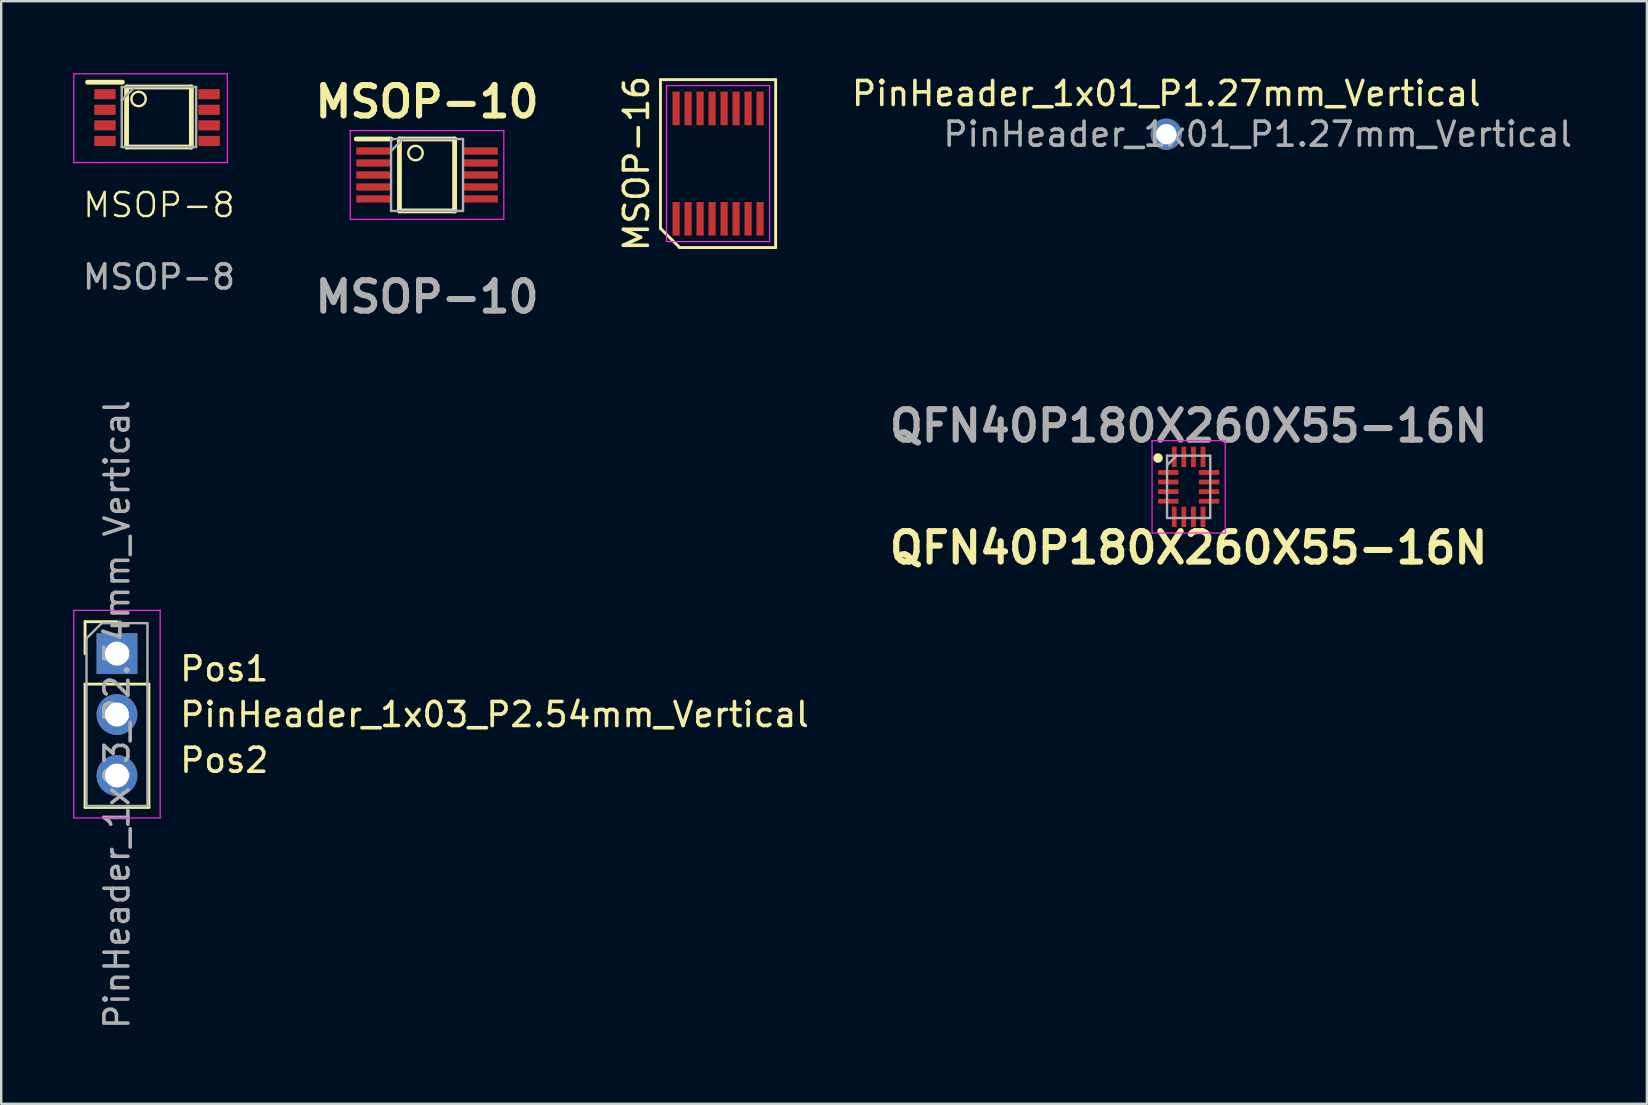
<source format=kicad_pcb>
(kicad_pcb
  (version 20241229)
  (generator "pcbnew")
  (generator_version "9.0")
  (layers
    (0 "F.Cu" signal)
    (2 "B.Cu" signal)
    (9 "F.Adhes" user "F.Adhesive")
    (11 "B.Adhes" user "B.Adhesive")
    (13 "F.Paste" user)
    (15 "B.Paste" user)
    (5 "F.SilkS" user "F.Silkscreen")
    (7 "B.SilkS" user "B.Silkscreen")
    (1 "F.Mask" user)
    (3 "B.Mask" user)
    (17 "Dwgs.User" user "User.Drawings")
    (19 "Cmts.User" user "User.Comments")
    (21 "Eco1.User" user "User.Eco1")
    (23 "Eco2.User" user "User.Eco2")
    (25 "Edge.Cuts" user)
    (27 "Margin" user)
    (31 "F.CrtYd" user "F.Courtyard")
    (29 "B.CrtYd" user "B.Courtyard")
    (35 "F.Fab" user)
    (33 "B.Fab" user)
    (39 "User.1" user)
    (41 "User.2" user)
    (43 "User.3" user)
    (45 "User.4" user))
  (footprint "QFN40P180X260X55-16N"
    (layer "F.Cu")
    (at 46.487 17.239)
    (property "Reference" "QFN40P180X260X55-16N" (at 0 2.54 0) (layer "F.SilkS") (effects (font (size 1.27 1.27) (thickness 0.254))))
    (attr smd)
    (fp_circle (center -1.275 -1.2) (end -1.275 -1.1) (stroke (width 0.2) (type solid)) (fill no) (layer "F.SilkS"))
    (fp_line (start -1.525 -1.925) (end 1.525 -1.925) (stroke (width 0.05) (type solid)) (layer "F.CrtYd"))
    (fp_line (start -1.525 1.925) (end -1.525 -1.925) (stroke (width 0.05) (type solid)) (layer "F.CrtYd"))
    (fp_line (start 1.525 -1.925) (end 1.525 1.925) (stroke (width 0.05) (type solid)) (layer "F.CrtYd"))
    (fp_line (start 1.525 1.925) (end -1.525 1.925) (stroke (width 0.05) (type solid)) (layer "F.CrtYd"))
    (fp_line (start -0.9 -1.3) (end 0.9 -1.3) (stroke (width 0.1) (type solid)) (layer "F.Fab"))
    (fp_line (start -0.9 -0.9) (end -0.5 -1.3) (stroke (width 0.1) (type solid)) (layer "F.Fab"))
    (fp_line (start -0.9 1.3) (end -0.9 -1.3) (stroke (width 0.1) (type solid)) (layer "F.Fab"))
    (fp_line (start 0.9 -1.3) (end 0.9 1.3) (stroke (width 0.1) (type solid)) (layer "F.Fab"))
    (fp_line (start 0.9 1.3) (end -0.9 1.3) (stroke (width 0.1) (type solid)) (layer "F.Fab"))
    (fp_text user "${REFERENCE}" (at 0 -2.54 0) (layer "F.Fab") (effects (font (size 1.27 1.27) (thickness 0.254))))
    (pad "1" smd rect (at -0.85 -0.6 90) (size 0.2 0.85) (layers "F.Cu" "F.Mask" "F.Paste"))
    (pad "2" smd rect (at -0.85 -0.2 90) (size 0.2 0.85) (layers "F.Cu" "F.Mask" "F.Paste"))
    (pad "3" smd rect (at -0.85 0.2 90) (size 0.2 0.85) (layers "F.Cu" "F.Mask" "F.Paste"))
    (pad "4" smd rect (at -0.85 0.6 90) (size 0.2 0.85) (layers "F.Cu" "F.Mask" "F.Paste"))
    (pad "5" smd rect (at -0.6 1.25) (size 0.2 0.85) (layers "F.Cu" "F.Mask" "F.Paste"))
    (pad "6" smd rect (at -0.2 1.25) (size 0.2 0.85) (layers "F.Cu" "F.Mask" "F.Paste"))
    (pad "7" smd rect (at 0.2 1.25) (size 0.2 0.85) (layers "F.Cu" "F.Mask" "F.Paste"))
    (pad "8" smd rect (at 0.6 1.25) (size 0.2 0.85) (layers "F.Cu" "F.Mask" "F.Paste"))
    (pad "9" smd rect (at 0.85 0.6 90) (size 0.2 0.85) (layers "F.Cu" "F.Mask" "F.Paste"))
    (pad "10" smd rect (at 0.85 0.2 90) (size 0.2 0.85) (layers "F.Cu" "F.Mask" "F.Paste"))
    (pad "11" smd rect (at 0.85 -0.2 90) (size 0.2 0.85) (layers "F.Cu" "F.Mask" "F.Paste"))
    (pad "12" smd rect (at 0.85 -0.6 90) (size 0.2 0.85) (layers "F.Cu" "F.Mask" "F.Paste"))
    (pad "13" smd rect (at 0.6 -1.25) (size 0.2 0.85) (layers "F.Cu" "F.Mask" "F.Paste"))
    (pad "14" smd rect (at 0.2 -1.25) (size 0.2 0.85) (layers "F.Cu" "F.Mask" "F.Paste"))
    (pad "15" smd rect (at -0.2 -1.25) (size 0.2 0.85) (layers "F.Cu" "F.Mask" "F.Paste"))
    (pad "16" smd rect (at -0.6 -1.25) (size 0.2 0.85) (layers "F.Cu" "F.Mask" "F.Paste")))
  (footprint "PinHeader_1x01_P1.27mm_Vertical"
    (layer "F.Cu")
    (at 45.556 2.543)
    (property "Reference" "PinHeader_1x01_P1.27mm_Vertical" (at 0 -1.695 0) (layer "F.SilkS") (effects (font (size 1 1) (thickness 0.15))))
    (attr through_hole)
    (fp_text user "${REFERENCE}" (at 3.81 0 180) (layer "F.Fab") (effects (font (size 1 1) (thickness 0.15))))
    (pad "1" thru_hole circle (at 0 0) (size 1.3 1.3) (drill 0.85) (layers "*.Cu" "*.Mask")))
  (footprint "PinHeader_1x03_P2.54mm_Vertical"
    (layer "F.Cu")
    (at 1.825 24.19)
    (property "Reference" "PinHeader_1x03_P2.54mm_Vertical" (at 2.54 2.54 0) (layer "F.SilkS") (effects (font (size 1 1) (thickness 0.15)) (justify left)))
    (attr through_hole)
    (fp_line (start -1.33 -1.33) (end 0 -1.33) (stroke (width 0.12) (type solid)) (layer "F.SilkS"))
    (fp_line (start -1.33 0) (end -1.33 -1.33) (stroke (width 0.12) (type solid)) (layer "F.SilkS"))
    (fp_line (start -1.33 1.27) (end -1.33 6.41) (stroke (width 0.12) (type solid)) (layer "F.SilkS"))
    (fp_line (start -1.33 1.27) (end 1.33 1.27) (stroke (width 0.12) (type solid)) (layer "F.SilkS"))
    (fp_line (start -1.33 6.41) (end 1.33 6.41) (stroke (width 0.12) (type solid)) (layer "F.SilkS"))
    (fp_line (start 1.33 1.27) (end 1.33 6.41) (stroke (width 0.12) (type solid)) (layer "F.SilkS"))
    (fp_line (start -1.8 -1.8) (end -1.8 6.85) (stroke (width 0.05) (type solid)) (layer "F.CrtYd"))
    (fp_line (start -1.8 6.85) (end 1.8 6.85) (stroke (width 0.05) (type solid)) (layer "F.CrtYd"))
    (fp_line (start 1.8 -1.8) (end -1.8 -1.8) (stroke (width 0.05) (type solid)) (layer "F.CrtYd"))
    (fp_line (start 1.8 6.85) (end 1.8 -1.8) (stroke (width 0.05) (type solid)) (layer "F.CrtYd"))
    (fp_line (start -1.27 -0.635) (end -0.635 -1.27) (stroke (width 0.1) (type solid)) (layer "F.Fab"))
    (fp_line (start -1.27 6.35) (end -1.27 -0.635) (stroke (width 0.1) (type solid)) (layer "F.Fab"))
    (fp_line (start -0.635 -1.27) (end 1.27 -1.27) (stroke (width 0.1) (type solid)) (layer "F.Fab"))
    (fp_line (start 1.27 -1.27) (end 1.27 6.35) (stroke (width 0.1) (type solid)) (layer "F.Fab"))
    (fp_line (start 1.27 6.35) (end -1.27 6.35) (stroke (width 0.1) (type solid)) (layer "F.Fab"))
    (fp_text user "Pos1" (at 2.54 0.635 0) (layer "F.SilkS") (effects (font (size 1 1) (thickness 0.15)) (justify left)))
    (fp_text user "Pos2" (at 2.54 4.445 0) (layer "F.SilkS") (effects (font (size 1 1) (thickness 0.15)) (justify left)))
    (fp_text user "${REFERENCE}" (at 0 2.54 90) (layer "F.Fab") (effects (font (size 1 1) (thickness 0.15))))
    (pad "1" thru_hole rect (at 0 0) (size 1.7 1.7) (drill 1) (layers "*.Cu" "*.Mask"))
    (pad "2" thru_hole oval (at 0 2.54) (size 1.7 1.7) (drill 1) (layers "*.Cu" "*.Mask"))
    (pad "3" thru_hole oval (at 0 5.08) (size 1.7 1.7) (drill 1) (layers "*.Cu" "*.Mask")))
  (footprint "MSOP-10"
    (layer "F.Cu")
    (at 14.747 4.242)
    (property "Reference" "MSOP-10" (at 0 -3.053 0) (layer "F.SilkS") (effects (font (size 1.27 1.27) (thickness 0.254))))
    (attr smd)
    (fp_line (start -2.95 -1.5) (end -1.5 -1.5) (stroke (width 0.2) (type solid)) (layer "F.SilkS"))
    (fp_line (start -1.15 -1.5) (end 1.15 -1.5) (stroke (width 0.2) (type solid)) (layer "F.SilkS"))
    (fp_line (start -1.15 1.5) (end -1.15 -1.5) (stroke (width 0.2) (type solid)) (layer "F.SilkS"))
    (fp_line (start 1.15 -1.5) (end 1.15 1.5) (stroke (width 0.2) (type solid)) (layer "F.SilkS"))
    (fp_line (start 1.15 1.5) (end -1.15 1.5) (stroke (width 0.2) (type solid)) (layer "F.SilkS"))
    (fp_circle (center -0.481 -0.914) (end -0.181 -0.914) (stroke (width 0.1) (type default)) (fill no) (layer "F.SilkS"))
    (fp_line (start -3.2 -1.85) (end 3.2 -1.85) (stroke (width 0.05) (type solid)) (layer "F.CrtYd"))
    (fp_line (start -3.2 1.85) (end -3.2 -1.85) (stroke (width 0.05) (type solid)) (layer "F.CrtYd"))
    (fp_line (start 3.2 -1.85) (end 3.2 1.85) (stroke (width 0.05) (type solid)) (layer "F.CrtYd"))
    (fp_line (start 3.2 1.85) (end -3.2 1.85) (stroke (width 0.05) (type solid)) (layer "F.CrtYd"))
    (fp_line (start -1.5 -1.5) (end 1.5 -1.5) (stroke (width 0.1) (type solid)) (layer "F.Fab"))
    (fp_line (start -1.5 -1) (end -1 -1.5) (stroke (width 0.1) (type solid)) (layer "F.Fab"))
    (fp_line (start -1.5 1.5) (end -1.5 -1.5) (stroke (width 0.1) (type solid)) (layer "F.Fab"))
    (fp_line (start 1.5 -1.5) (end 1.5 1.5) (stroke (width 0.1) (type solid)) (layer "F.Fab"))
    (fp_line (start 1.5 1.5) (end -1.5 1.5) (stroke (width 0.1) (type solid)) (layer "F.Fab"))
    (fp_text user "${REFERENCE}" (at 0 5.08 0) (layer "F.Fab") (effects (font (size 1.27 1.27) (thickness 0.254))))
    (pad "1" smd rect (at -2.225 -1 90) (size 0.3 1.45) (layers "F.Cu" "F.Mask" "F.Paste"))
    (pad "2" smd rect (at -2.225 -0.5 90) (size 0.3 1.45) (layers "F.Cu" "F.Mask" "F.Paste"))
    (pad "3" smd rect (at -2.225 0 90) (size 0.3 1.45) (layers "F.Cu" "F.Mask" "F.Paste"))
    (pad "4" smd rect (at -2.225 0.5 90) (size 0.3 1.45) (layers "F.Cu" "F.Mask" "F.Paste"))
    (pad "5" smd rect (at -2.225 1 90) (size 0.3 1.45) (layers "F.Cu" "F.Mask" "F.Paste"))
    (pad "6" smd rect (at 2.225 1 90) (size 0.3 1.45) (layers "F.Cu" "F.Mask" "F.Paste"))
    (pad "7" smd rect (at 2.225 0.5 90) (size 0.3 1.45) (layers "F.Cu" "F.Mask" "F.Paste"))
    (pad "8" smd rect (at 2.225 0 90) (size 0.3 1.45) (layers "F.Cu" "F.Mask" "F.Paste"))
    (pad "9" smd rect (at 2.225 -0.5 90) (size 0.3 1.45) (layers "F.Cu" "F.Mask" "F.Paste"))
    (pad "10" smd rect (at 2.225 -1 90) (size 0.3 1.45) (layers "F.Cu" "F.Mask" "F.Paste")))
  (footprint "MSOP-8"
    (layer "F.Cu")
    (at 3.575 0.875)
    (property "Reference" "MSOP-8" (at 0 4.62 0) (unlocked yes) (layer "F.SilkS") (effects (font (size 1 1) (thickness 0.1))))
    (attr smd)
    (fp_line (start -2.975 -0.5) (end -1.525 -0.5) (stroke (width 0.2) (type solid)) (layer "F.SilkS"))
    (fp_line (start -1.352 2.2) (end -1.348 -0.3) (stroke (width 0.2) (type solid)) (layer "F.SilkS"))
    (fp_line (start -1.348 -0.3) (end 1.35 -0.3) (stroke (width 0.2) (type solid)) (layer "F.SilkS"))
    (fp_line (start 1.35 -0.3) (end 1.35 2.2) (stroke (width 0.2) (type solid)) (layer "F.SilkS"))
    (fp_line (start 1.35 2.2) (end -1.352 2.2) (stroke (width 0.2) (type solid)) (layer "F.SilkS"))
    (fp_circle (center -0.85 0.2) (end -0.55 0.2) (stroke (width 0.1) (type default)) (fill no) (layer "F.SilkS"))
    (fp_line (start -3.55 -0.85) (end 2.85 -0.85) (stroke (width 0.05) (type solid)) (layer "F.CrtYd"))
    (fp_line (start -3.55 2.85) (end -3.55 -0.85) (stroke (width 0.05) (type solid)) (layer "F.CrtYd"))
    (fp_line (start 2.85 -0.85) (end 2.85 2.85) (stroke (width 0.05) (type solid)) (layer "F.CrtYd"))
    (fp_line (start 2.85 2.85) (end -3.55 2.85) (stroke (width 0.05) (type solid)) (layer "F.CrtYd"))
    (fp_line (start -1.55 -0.3) (end 1.55 -0.3) (stroke (width 0.1) (type solid)) (layer "F.Fab"))
    (fp_line (start -1.55 0.25) (end -1.05 -0.25) (stroke (width 0.1) (type solid)) (layer "F.Fab"))
    (fp_line (start -1.55 2.2) (end -1.55 -0.3) (stroke (width 0.1) (type solid)) (layer "F.Fab"))
    (fp_line (start 1.55 -0.3) (end 1.55 2.2) (stroke (width 0.1) (type solid)) (layer "F.Fab"))
    (fp_line (start 1.55 2.2) (end -1.55 2.2) (stroke (width 0.1) (type solid)) (layer "F.Fab"))
    (fp_text user "${REFERENCE}" (at 0 7.62 0) (unlocked yes) (layer "F.Fab") (effects (font (size 1 1) (thickness 0.15))))
    (pad "1" smd rect (at -2.25 0 90) (size 0.42 0.89) (layers "F.Cu" "F.Mask" "F.Paste"))
    (pad "2" smd rect (at -2.25 0.65 90) (size 0.42 0.89) (layers "F.Cu" "F.Mask" "F.Paste"))
    (pad "3" smd rect (at -2.25 1.3 90) (size 0.42 0.89) (layers "F.Cu" "F.Mask" "F.Paste"))
    (pad "4" smd rect (at -2.25 1.95 90) (size 0.42 0.89) (layers "F.Cu" "F.Mask" "F.Paste"))
    (pad "5" smd rect (at 2.09 1.95 90) (size 0.42 0.89) (layers "F.Cu" "F.Mask" "F.Paste"))
    (pad "6" smd rect (at 2.09 1.3 90) (size 0.42 0.89) (layers "F.Cu" "F.Mask" "F.Paste"))
    (pad "7" smd rect (at 2.09 0.65 90) (size 0.42 0.89) (layers "F.Cu" "F.Mask" "F.Paste"))
    (pad "8" smd rect (at 2.09 0 90) (size 0.42 0.89) (layers "F.Cu" "F.Mask" "F.Paste")))
  (footprint "MSOP-16"
    (layer "F.Cu")
    (at 26.876 3.768)
    (property "Reference" "MSOP-16" (at -3.4 0 90) (layer "F.SilkS") (effects (font (size 1 1) (thickness 0.15))))
    (attr smd)
    (fp_line (start -2.4 -3.5) (end 2.4 -3.5) (stroke (width 0.12) (type solid)) (layer "F.SilkS"))
    (fp_line (start -2.4 2.7) (end -2.4 -3.5) (stroke (width 0.12) (type solid)) (layer "F.SilkS"))
    (fp_line (start -1.6 3.5) (end -2.4 2.7) (stroke (width 0.12) (type solid)) (layer "F.SilkS"))
    (fp_line (start 2.4 -3.5) (end 2.4 3.5) (stroke (width 0.12) (type solid)) (layer "F.SilkS"))
    (fp_line (start 2.4 3.5) (end -1.6 3.5) (stroke (width 0.12) (type solid)) (layer "F.SilkS"))
    (fp_line (start -2.15 -3.25) (end 2.15 -3.25) (stroke (width 0.05) (type solid)) (layer "F.CrtYd"))
    (fp_line (start -2.15 3.25) (end -2.15 -3.25) (stroke (width 0.05) (type solid)) (layer "F.CrtYd"))
    (fp_line (start 2.15 -3.25) (end 2.15 3.25) (stroke (width 0.05) (type solid)) (layer "F.CrtYd"))
    (fp_line (start 2.15 3.25) (end -2.15 3.25) (stroke (width 0.05) (type solid)) (layer "F.CrtYd"))
    (pad "1" smd rect (at -1.75 2.3) (size 0.3 1.4) (layers "F.Cu" "F.Mask" "F.Paste"))
    (pad "2" smd rect (at -1.25 2.3) (size 0.3 1.4) (layers "F.Cu" "F.Mask" "F.Paste"))
    (pad "3" smd rect (at -0.75 2.3) (size 0.3 1.4) (layers "F.Cu" "F.Mask" "F.Paste"))
    (pad "4" smd rect (at -0.25 2.3) (size 0.3 1.4) (layers "F.Cu" "F.Mask" "F.Paste"))
    (pad "5" smd rect (at 0.25 2.3) (size 0.3 1.4) (layers "F.Cu" "F.Mask" "F.Paste"))
    (pad "6" smd rect (at 0.75 2.3) (size 0.3 1.4) (layers "F.Cu" "F.Mask" "F.Paste"))
    (pad "7" smd rect (at 1.25 2.3) (size 0.3 1.4) (layers "F.Cu" "F.Mask" "F.Paste"))
    (pad "8" smd rect (at 1.75 2.3) (size 0.3 1.4) (layers "F.Cu" "F.Mask" "F.Paste"))
    (pad "9" smd rect (at 1.75 -2.3) (size 0.3 1.4) (layers "F.Cu" "F.Mask" "F.Paste"))
    (pad "10" smd rect (at 1.25 -2.3) (size 0.3 1.4) (layers "F.Cu" "F.Mask" "F.Paste"))
    (pad "11" smd rect (at 0.75 -2.3) (size 0.3 1.4) (layers "F.Cu" "F.Mask" "F.Paste"))
    (pad "12" smd rect (at 0.25 -2.3) (size 0.3 1.4) (layers "F.Cu" "F.Mask" "F.Paste"))
    (pad "13" smd rect (at -0.25 -2.3) (size 0.3 1.4) (layers "F.Cu" "F.Mask" "F.Paste"))
    (pad "14" smd rect (at -0.75 -2.3) (size 0.3 1.4) (layers "F.Cu" "F.Mask" "F.Paste"))
    (pad "15" smd rect (at -1.25 -2.3) (size 0.3 1.4) (layers "F.Cu" "F.Mask" "F.Paste"))
    (pad "16" smd rect (at -1.75 -2.3) (size 0.3 1.4) (layers "F.Cu" "F.Mask" "F.Paste")))
  (gr_rect
    (start -3 -3)
    (end 65.586 42.951)
    (stroke (width 0.1) (type default))
    (fill no)
    (layer "Edge.Cuts")))
</source>
